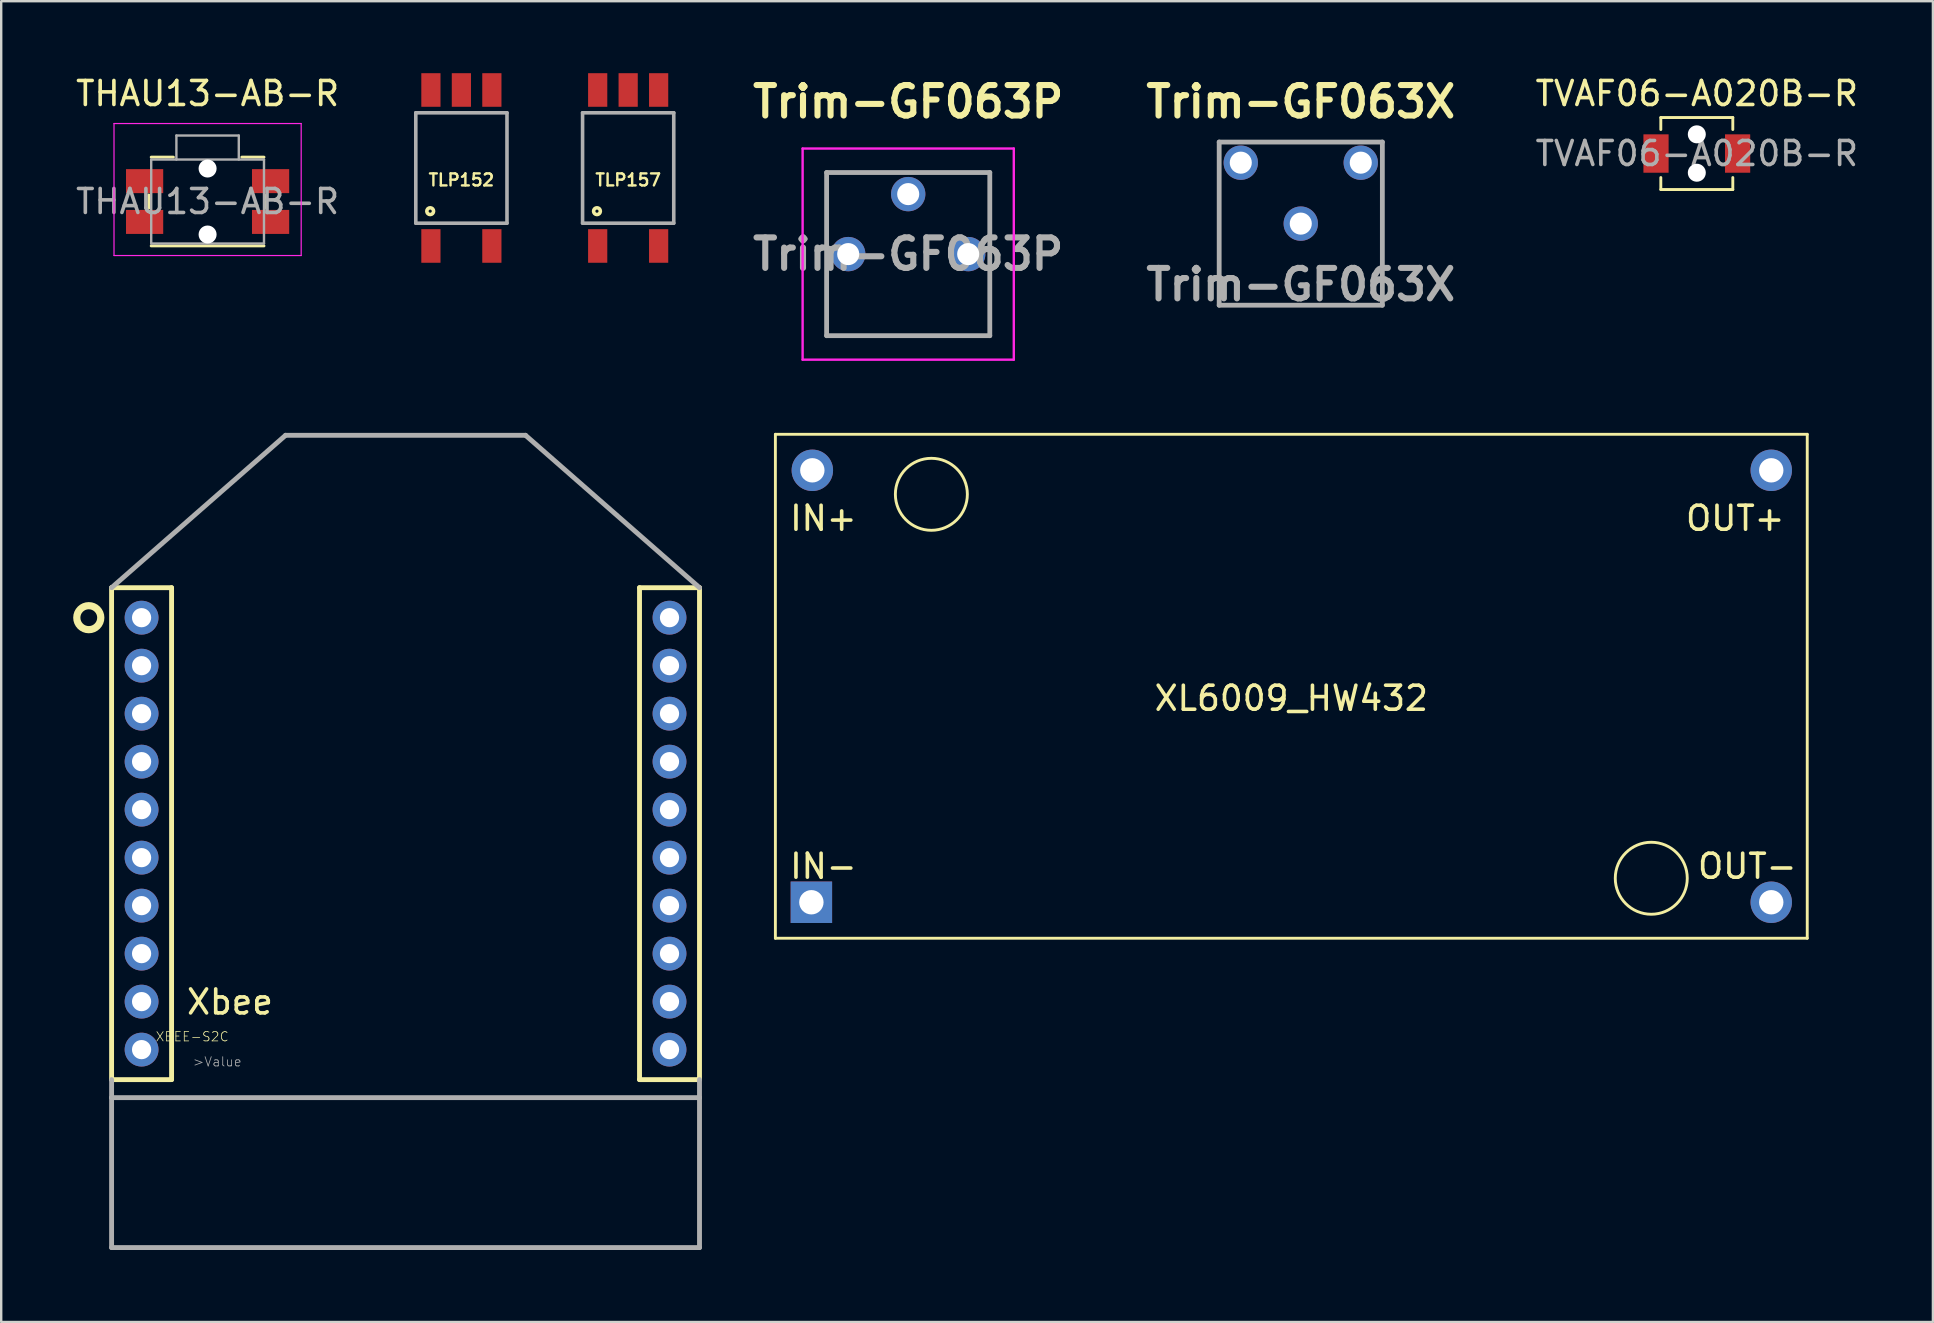
<source format=kicad_pcb>
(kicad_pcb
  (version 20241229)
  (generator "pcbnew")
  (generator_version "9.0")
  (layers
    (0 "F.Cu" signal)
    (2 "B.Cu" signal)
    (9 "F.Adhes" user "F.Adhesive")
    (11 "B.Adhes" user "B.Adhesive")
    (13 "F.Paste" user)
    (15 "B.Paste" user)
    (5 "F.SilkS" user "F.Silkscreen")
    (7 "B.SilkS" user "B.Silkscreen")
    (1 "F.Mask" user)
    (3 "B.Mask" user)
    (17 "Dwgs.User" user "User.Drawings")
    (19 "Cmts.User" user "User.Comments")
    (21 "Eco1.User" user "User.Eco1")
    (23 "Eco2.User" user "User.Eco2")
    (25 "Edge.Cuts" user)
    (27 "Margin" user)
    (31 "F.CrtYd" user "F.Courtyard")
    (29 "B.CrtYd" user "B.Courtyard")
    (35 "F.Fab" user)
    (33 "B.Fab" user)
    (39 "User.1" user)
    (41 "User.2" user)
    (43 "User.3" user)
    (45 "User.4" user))
  (footprint "TLP157"
    (layer "F.Cu")
    (at 23.127 3.95)
    (property "Reference" "TLP157" (at 0 0.5 0) (layer "F.SilkS") (effects (font (size 0.5 0.5) (thickness 0.1))))
    (attr smd)
    (fp_circle (center -1.3 1.8) (end -1.159 1.8) (stroke (width 0.15) (type solid)) (fill no) (layer "F.SilkS"))
    (fp_line (start -1.9 -2.3) (end 1.9 -2.3) (stroke (width 0.15) (type solid)) (layer "F.Fab"))
    (fp_line (start -1.9 2.3) (end -1.9 -2.3) (stroke (width 0.15) (type solid)) (layer "F.Fab"))
    (fp_line (start 1.9 -2.3) (end 1.9 2.3) (stroke (width 0.15) (type solid)) (layer "F.Fab"))
    (fp_line (start 1.9 2.3) (end -1.9 2.3) (stroke (width 0.15) (type solid)) (layer "F.Fab"))
    (pad "1" smd rect (at -1.27 3.25) (size 0.8 1.4) (layers "F.Cu" "F.Mask" "F.Paste"))
    (pad "3" smd rect (at 1.27 3.25) (size 0.8 1.4) (layers "F.Cu" "F.Mask" "F.Paste"))
    (pad "4" smd rect (at 1.27 -3.25) (size 0.8 1.4) (layers "F.Cu" "F.Mask" "F.Paste"))
    (pad "5" smd rect (at 0 -3.25) (size 0.8 1.4) (layers "F.Cu" "F.Mask" "F.Paste"))
    (pad "6" smd rect (at -1.27 -3.25) (size 0.8 1.4) (layers "F.Cu" "F.Mask" "F.Paste")))
  (footprint "Trim-GF063P"
    (layer "F.Cu")
    (at 34.797 7.539)
    (property "Reference" "Trim-GF063P" (at 0 -6.35 0) (layer "F.SilkS") (effects (font (size 1.27 1.27) (thickness 0.254))))
    (attr through_hole)
    (fp_line (start -3.4 -3.4) (end 3.4 -3.4) (stroke (width 0.1) (type solid)) (layer "F.SilkS"))
    (fp_line (start -3.4 3.4) (end -3.4 -3.4) (stroke (width 0.1) (type solid)) (layer "F.SilkS"))
    (fp_line (start 3.4 -3.4) (end 3.4 3.4) (stroke (width 0.1) (type solid)) (layer "F.SilkS"))
    (fp_line (start 3.4 3.4) (end -3.4 3.4) (stroke (width 0.1) (type solid)) (layer "F.SilkS"))
    (fp_line (start -4.4 -4.4) (end 4.4 -4.4) (stroke (width 0.1) (type solid)) (layer "F.CrtYd"))
    (fp_line (start -4.4 4.4) (end -4.4 -4.4) (stroke (width 0.1) (type solid)) (layer "F.CrtYd"))
    (fp_line (start 4.4 -4.4) (end 4.4 4.4) (stroke (width 0.1) (type solid)) (layer "F.CrtYd"))
    (fp_line (start 4.4 4.4) (end -4.4 4.4) (stroke (width 0.1) (type solid)) (layer "F.CrtYd"))
    (fp_line (start -3.4 -3.4) (end 3.4 -3.4) (stroke (width 0.2) (type solid)) (layer "F.Fab"))
    (fp_line (start -3.4 3.4) (end -3.4 -3.4) (stroke (width 0.2) (type solid)) (layer "F.Fab"))
    (fp_line (start 3.4 -3.4) (end 3.4 3.4) (stroke (width 0.2) (type solid)) (layer "F.Fab"))
    (fp_line (start 3.4 3.4) (end -3.4 3.4) (stroke (width 0.2) (type solid)) (layer "F.Fab"))
    (fp_text user "${REFERENCE}" (at 0 0 0) (layer "F.Fab") (effects (font (size 1.27 1.27) (thickness 0.254))))
    (pad "1" thru_hole circle (at -2.5 0) (size 1.431 1.431) (drill 0.92) (layers "*.Cu" "*.Mask"))
    (pad "2" thru_hole circle (at 0 -2.5) (size 1.431 1.431) (drill 0.92) (layers "*.Cu" "*.Mask"))
    (pad "3" thru_hole circle (at 2.5 0) (size 1.431 1.431) (drill 0.92) (layers "*.Cu" "*.Mask")))
  (footprint "TLP152"
    (layer "F.Cu")
    (at 16.177 3.95)
    (property "Reference" "TLP152" (at 0 0.5 0) (layer "F.SilkS") (effects (font (size 0.5 0.5) (thickness 0.1))))
    (attr smd)
    (fp_circle (center -1.3 1.8) (end -1.159 1.8) (stroke (width 0.15) (type solid)) (fill no) (layer "F.SilkS"))
    (fp_line (start -1.9 -2.3) (end 1.9 -2.3) (stroke (width 0.15) (type solid)) (layer "F.Fab"))
    (fp_line (start -1.9 2.3) (end -1.9 -2.3) (stroke (width 0.15) (type solid)) (layer "F.Fab"))
    (fp_line (start 1.9 -2.3) (end 1.9 2.3) (stroke (width 0.15) (type solid)) (layer "F.Fab"))
    (fp_line (start 1.9 2.3) (end -1.9 2.3) (stroke (width 0.15) (type solid)) (layer "F.Fab"))
    (pad "1" smd rect (at -1.27 3.25) (size 0.8 1.4) (layers "F.Cu" "F.Mask" "F.Paste"))
    (pad "3" smd rect (at 1.27 3.25) (size 0.8 1.4) (layers "F.Cu" "F.Mask" "F.Paste"))
    (pad "4" smd rect (at 1.27 -3.25) (size 0.8 1.4) (layers "F.Cu" "F.Mask" "F.Paste"))
    (pad "5" smd rect (at 0 -3.25) (size 0.8 1.4) (layers "F.Cu" "F.Mask" "F.Paste"))
    (pad "6" smd rect (at -1.27 -3.25) (size 0.8 1.4) (layers "F.Cu" "F.Mask" "F.Paste")))
  (footprint "XBEE-S2C"
    (layer "F.Cu")
    (at 13.85 42.69)
    (property "Reference" "XBEE-S2C" (at -8.89 -2.54 0) (layer "F.SilkS") (effects (font (size 0.386 0.386) (thickness 0.031))))
    (attr through_hole)
    (fp_line (start -12.25 -21.25) (end -12.25 -0.75) (stroke (width 0.203) (type solid)) (layer "F.SilkS"))
    (fp_line (start -12.25 -0.75) (end -9.75 -0.75) (stroke (width 0.203) (type solid)) (layer "F.SilkS"))
    (fp_line (start -9.75 -21.25) (end -12.25 -21.25) (stroke (width 0.203) (type solid)) (layer "F.SilkS"))
    (fp_line (start -9.75 -21.25) (end -9.75 -0.75) (stroke (width 0.203) (type solid)) (layer "F.SilkS"))
    (fp_line (start 9.75 -21.25) (end 9.75 -0.75) (stroke (width 0.203) (type solid)) (layer "F.SilkS"))
    (fp_line (start 9.75 -21.25) (end 12.25 -21.25) (stroke (width 0.203) (type solid)) (layer "F.SilkS"))
    (fp_line (start 12.25 -21.25) (end 12.25 -0.75) (stroke (width 0.203) (type solid)) (layer "F.SilkS"))
    (fp_line (start 12.25 -0.75) (end 9.75 -0.75) (stroke (width 0.203) (type solid)) (layer "F.SilkS"))
    (fp_circle (center -13.2 -20) (end -12.7 -20) (stroke (width 0.3) (type solid)) (fill no) (layer "F.SilkS"))
    (fp_line (start -12.25 -21.25) (end -5 -27.6) (stroke (width 0.203) (type solid)) (layer "F.Fab"))
    (fp_line (start -12.25 -0.75) (end -12.25 0) (stroke (width 0.203) (type solid)) (layer "F.Fab"))
    (fp_line (start -12.25 0) (end -12.25 6.25) (stroke (width 0.203) (type solid)) (layer "F.Fab"))
    (fp_line (start -12.25 0) (end 12.25 0) (stroke (width 0.203) (type solid)) (layer "F.Fab"))
    (fp_line (start -12.25 6.25) (end 12.25 6.25) (stroke (width 0.203) (type solid)) (layer "F.Fab"))
    (fp_line (start -5 -27.6) (end 5 -27.6) (stroke (width 0.203) (type solid)) (layer "F.Fab"))
    (fp_line (start 12.25 -21.25) (end 5 -27.6) (stroke (width 0.203) (type solid)) (layer "F.Fab"))
    (fp_line (start 12.25 -0.75) (end 12.25 0) (stroke (width 0.203) (type solid)) (layer "F.Fab"))
    (fp_line (start 12.25 0) (end 12.25 6.25) (stroke (width 0.203) (type solid)) (layer "F.Fab"))
    (fp_text user "Xbee" (at -9.2 -3.4 0) (layer "F.SilkS") (effects (font (size 1 1) (thickness 0.15)) (justify left bottom)))
    (fp_text user ">Value" (at -8.89 -1.27 0) (layer "F.Fab") (effects (font (size 0.386 0.386) (thickness 0.033)) (justify left bottom)))
    (pad "1" thru_hole circle (at -11 -20) (size 1.41 1.41) (drill 0.8) (layers "*.Cu" "*.Mask"))
    (pad "2" thru_hole circle (at -11 -18) (size 1.41 1.41) (drill 0.8) (layers "*.Cu" "*.Mask"))
    (pad "3" thru_hole circle (at -11 -16) (size 1.41 1.41) (drill 0.8) (layers "*.Cu" "*.Mask"))
    (pad "4" thru_hole circle (at -11 -14) (size 1.41 1.41) (drill 0.8) (layers "*.Cu" "*.Mask"))
    (pad "5" thru_hole circle (at -11 -12) (size 1.41 1.41) (drill 0.8) (layers "*.Cu" "*.Mask"))
    (pad "6" thru_hole circle (at -11 -10) (size 1.41 1.41) (drill 0.8) (layers "*.Cu" "*.Mask"))
    (pad "7" thru_hole circle (at -11 -8) (size 1.41 1.41) (drill 0.8) (layers "*.Cu" "*.Mask"))
    (pad "8" thru_hole circle (at -11 -6) (size 1.41 1.41) (drill 0.8) (layers "*.Cu" "*.Mask"))
    (pad "9" thru_hole circle (at -11 -4) (size 1.41 1.41) (drill 0.8) (layers "*.Cu" "*.Mask"))
    (pad "10" thru_hole circle (at -11 -2) (size 1.41 1.41) (drill 0.8) (layers "*.Cu" "*.Mask"))
    (pad "11" thru_hole circle (at 11 -2) (size 1.41 1.41) (drill 0.8) (layers "*.Cu" "*.Mask"))
    (pad "12" thru_hole circle (at 11 -4) (size 1.41 1.41) (drill 0.8) (layers "*.Cu" "*.Mask"))
    (pad "13" thru_hole circle (at 11 -6) (size 1.41 1.41) (drill 0.8) (layers "*.Cu" "*.Mask"))
    (pad "14" thru_hole circle (at 11 -8) (size 1.41 1.41) (drill 0.8) (layers "*.Cu" "*.Mask"))
    (pad "15" thru_hole circle (at 11 -10) (size 1.41 1.41) (drill 0.8) (layers "*.Cu" "*.Mask"))
    (pad "16" thru_hole circle (at 11 -12) (size 1.41 1.41) (drill 0.8) (layers "*.Cu" "*.Mask"))
    (pad "17" thru_hole circle (at 11 -14) (size 1.41 1.41) (drill 0.8) (layers "*.Cu" "*.Mask"))
    (pad "18" thru_hole circle (at 11 -16) (size 1.41 1.41) (drill 0.8) (layers "*.Cu" "*.Mask"))
    (pad "19" thru_hole circle (at 11 -18) (size 1.41 1.41) (drill 0.8) (layers "*.Cu" "*.Mask"))
    (pad "20" thru_hole circle (at 11 -20) (size 1.41 1.41) (drill 0.8) (layers "*.Cu" "*.Mask")))
  (footprint "TVAF06-A020B-R"
    (layer "F.Cu")
    (at 67.66 3.348)
    (property "Reference" "TVAF06-A020B-R" (at 0 -2.5 0) (layer "F.SilkS") (effects (font (size 1 1) (thickness 0.15))))
    (attr smd)
    (fp_line (start -1.5 -1.5) (end -1.5 -1) (stroke (width 0.12) (type solid)) (layer "F.SilkS"))
    (fp_line (start -1.5 1) (end -1.5 1.5) (stroke (width 0.12) (type solid)) (layer "F.SilkS"))
    (fp_line (start 1.5 -1.5) (end -1.5 -1.5) (stroke (width 0.12) (type solid)) (layer "F.SilkS"))
    (fp_line (start 1.5 -1.5) (end 1.5 -1) (stroke (width 0.12) (type solid)) (layer "F.SilkS"))
    (fp_line (start 1.5 1) (end 1.5 1.5) (stroke (width 0.12) (type solid)) (layer "F.SilkS"))
    (fp_line (start 1.5 1.5) (end -1.5 1.5) (stroke (width 0.12) (type solid)) (layer "F.SilkS"))
    (fp_text user "${REFERENCE}" (at 0 0 0) (layer "F.Fab") (effects (font (size 1 1) (thickness 0.15))))
    (pad "" np_thru_hole circle (at 0 -0.8 180) (size 0.75 0.75) (drill 0.75) (layers "*.Cu" "*.Mask"))
    (pad "" np_thru_hole circle (at 0 0.8 180) (size 0.75 0.75) (drill 0.75) (layers "*.Cu" "*.Mask"))
    (pad "1" smd rect (at -1.7 0 180) (size 1.05 1.6) (layers "F.Cu" "F.Mask" "F.Paste"))
    (pad "2" smd rect (at 1.7 0 180) (size 1.05 1.6) (layers "F.Cu" "F.Mask" "F.Paste")))
  (footprint "Trim-GF063X"
    (layer "F.Cu")
    (at 51.156 6.269)
    (property "Reference" "Trim-GF063X" (at 0 -5.08 0) (layer "F.SilkS") (effects (font (size 1.27 1.27) (thickness 0.254))))
    (attr through_hole)
    (fp_line (start -3.4 -3.4) (end 3.4 -3.4) (stroke (width 0.1) (type solid)) (layer "F.SilkS"))
    (fp_line (start -3.4 3.4) (end -3.4 -3.4) (stroke (width 0.1) (type solid)) (layer "F.SilkS"))
    (fp_line (start 3.4 -3.4) (end 3.4 3.4) (stroke (width 0.1) (type solid)) (layer "F.SilkS"))
    (fp_line (start 3.4 3.4) (end -3.4 3.4) (stroke (width 0.1) (type solid)) (layer "F.SilkS"))
    (fp_line (start -3.4 -3.4) (end 3.4 -3.4) (stroke (width 0.2) (type solid)) (layer "F.Fab"))
    (fp_line (start -3.4 3.4) (end -3.4 -3.4) (stroke (width 0.2) (type solid)) (layer "F.Fab"))
    (fp_line (start 3.4 -3.4) (end 3.4 3.4) (stroke (width 0.2) (type solid)) (layer "F.Fab"))
    (fp_line (start 3.4 3.4) (end -3.4 3.4) (stroke (width 0.2) (type solid)) (layer "F.Fab"))
    (fp_text user "${REFERENCE}" (at 0 2.54 0) (layer "F.Fab") (effects (font (size 1.27 1.27) (thickness 0.254))))
    (pad "1" thru_hole circle (at -2.5 -2.54) (size 1.431 1.431) (drill 0.92) (layers "*.Cu" "*.Mask"))
    (pad "2" thru_hole circle (at 0 0) (size 1.431 1.431) (drill 0.92) (layers "*.Cu" "*.Mask"))
    (pad "3" thru_hole circle (at 2.5 -2.54) (size 1.431 1.431) (drill 0.92) (layers "*.Cu" "*.Mask")))
  (footprint "THAU13-AB-R"
    (layer "F.Cu")
    (at 5.601 5.348)
    (property "Reference" "THAU13-AB-R" (at 0 -4.5 0) (layer "F.SilkS") (effects (font (size 1 1) (thickness 0.15))))
    (attr smd)
    (fp_line (start -2.45 0.275) (end -2.45 -0.275) (stroke (width 0.12) (type solid)) (layer "F.SilkS"))
    (fp_line (start -1.425 -1.85) (end -2.35 -1.85) (stroke (width 0.12) (type solid)) (layer "F.SilkS"))
    (fp_line (start 2.35 -1.85) (end 1.425 -1.85) (stroke (width 0.12) (type solid)) (layer "F.SilkS"))
    (fp_line (start 2.35 1.85) (end -2.35 1.85) (stroke (width 0.12) (type solid)) (layer "F.SilkS"))
    (fp_line (start 2.45 0.275) (end 2.45 -0.275) (stroke (width 0.12) (type solid)) (layer "F.SilkS"))
    (fp_line (start -3.9 2.25) (end -3.9 -3.25) (stroke (width 0.05) (type solid)) (layer "F.CrtYd"))
    (fp_line (start 3.9 -3.25) (end -3.9 -3.25) (stroke (width 0.05) (type solid)) (layer "F.CrtYd"))
    (fp_line (start 3.9 2.25) (end -3.9 2.25) (stroke (width 0.05) (type solid)) (layer "F.CrtYd"))
    (fp_line (start 3.9 2.25) (end 3.9 -3.25) (stroke (width 0.05) (type solid)) (layer "F.CrtYd"))
    (fp_line (start -2.35 1.75) (end -2.35 -1.75) (stroke (width 0.1) (type solid)) (layer "F.Fab"))
    (fp_line (start -1.3 -2.75) (end -1.3 -1.75) (stroke (width 0.1) (type solid)) (layer "F.Fab"))
    (fp_line (start 1.3 -2.75) (end -1.3 -2.75) (stroke (width 0.1) (type solid)) (layer "F.Fab"))
    (fp_line (start 1.3 -2.75) (end 1.3 -1.75) (stroke (width 0.1) (type solid)) (layer "F.Fab"))
    (fp_line (start 2.35 -1.75) (end -2.35 -1.75) (stroke (width 0.1) (type solid)) (layer "F.Fab"))
    (fp_line (start 2.35 1.75) (end -2.35 1.75) (stroke (width 0.1) (type solid)) (layer "F.Fab"))
    (fp_line (start 2.35 1.75) (end 2.35 -1.75) (stroke (width 0.1) (type solid)) (layer "F.Fab"))
    (fp_text user "${REFERENCE}" (at 0 0 0) (layer "F.Fab") (effects (font (size 1 1) (thickness 0.15))))
    (pad "" np_thru_hole circle (at 0 -1.375 180) (size 0.75 0.75) (drill 0.75) (layers "*.Cu" "*.Mask"))
    (pad "" np_thru_hole circle (at 0 1.375 180) (size 0.75 0.75) (drill 0.75) (layers "*.Cu" "*.Mask"))
    (pad "1" smd rect (at -2.625 -0.85 180) (size 1.55 1) (layers "F.Cu" "F.Mask" "F.Paste"))
    (pad "1" smd rect (at 2.625 -0.85 180) (size 1.55 1) (layers "F.Cu" "F.Mask" "F.Paste"))
    (pad "2" smd rect (at -2.625 0.85 180) (size 1.55 1) (layers "F.Cu" "F.Mask" "F.Paste"))
    (pad "2" smd rect (at 2.625 0.85 180) (size 1.55 1) (layers "F.Cu" "F.Mask" "F.Paste")))
  (footprint "XL6009_HW432"
    (layer "F.Cu")
    (at 50.762 25.549)
    (property "Reference" "XL6009_HW432" (at 0 0.5 0) (layer "F.SilkS") (effects (font (size 1 1) (thickness 0.15))))
    (attr through_hole)
    (fp_line (start -21.5 -10.5) (end 21.5 -10.5) (stroke (width 0.12) (type solid)) (layer "F.SilkS"))
    (fp_line (start -21.5 10.5) (end -21.5 -10.5) (stroke (width 0.12) (type solid)) (layer "F.SilkS"))
    (fp_line (start 21.5 -10.5) (end 21.5 10.5) (stroke (width 0.12) (type solid)) (layer "F.SilkS"))
    (fp_line (start 21.5 10.5) (end -21.5 10.5) (stroke (width 0.12) (type solid)) (layer "F.SilkS"))
    (fp_circle (center -15 -8) (end -15 -6.5) (stroke (width 0.12) (type solid)) (fill no) (layer "F.SilkS"))
    (fp_circle (center 15 8) (end 15 6.5) (stroke (width 0.12) (type solid)) (fill no) (layer "F.SilkS"))
    (fp_text user "IN+" (at -19.5 -7 0) (layer "F.SilkS") (effects (font (size 1 1) (thickness 0.15))))
    (fp_text user "OUT+" (at 18.5 -7 0) (layer "F.SilkS") (effects (font (size 1 1) (thickness 0.15))))
    (fp_text user "IN-" (at -19.5 7.5 0) (layer "F.SilkS") (effects (font (size 1 1) (thickness 0.15))))
    (fp_text user "OUT-" (at 19 7.5 0) (layer "F.SilkS") (effects (font (size 1 1) (thickness 0.15))))
    (pad "1" thru_hole rect (at -20 9) (size 1.727 1.727) (drill 1.016) (layers "*.Cu" "*.Mask"))
    (pad "2" thru_hole oval (at -19.96 -9) (size 1.727 1.727) (drill 1.016) (layers "*.Cu" "*.Mask"))
    (pad "3" thru_hole oval (at 20 9) (size 1.727 1.727) (drill 1.016) (layers "*.Cu" "*.Mask"))
    (pad "4" thru_hole oval (at 20 -9) (size 1.727 1.727) (drill 1.016) (layers "*.Cu" "*.Mask")))
  (gr_rect
    (start -3 -3)
    (end 77.499 52.042)
    (stroke (width 0.1) (type default))
    (fill no)
    (layer "Edge.Cuts")))
</source>
